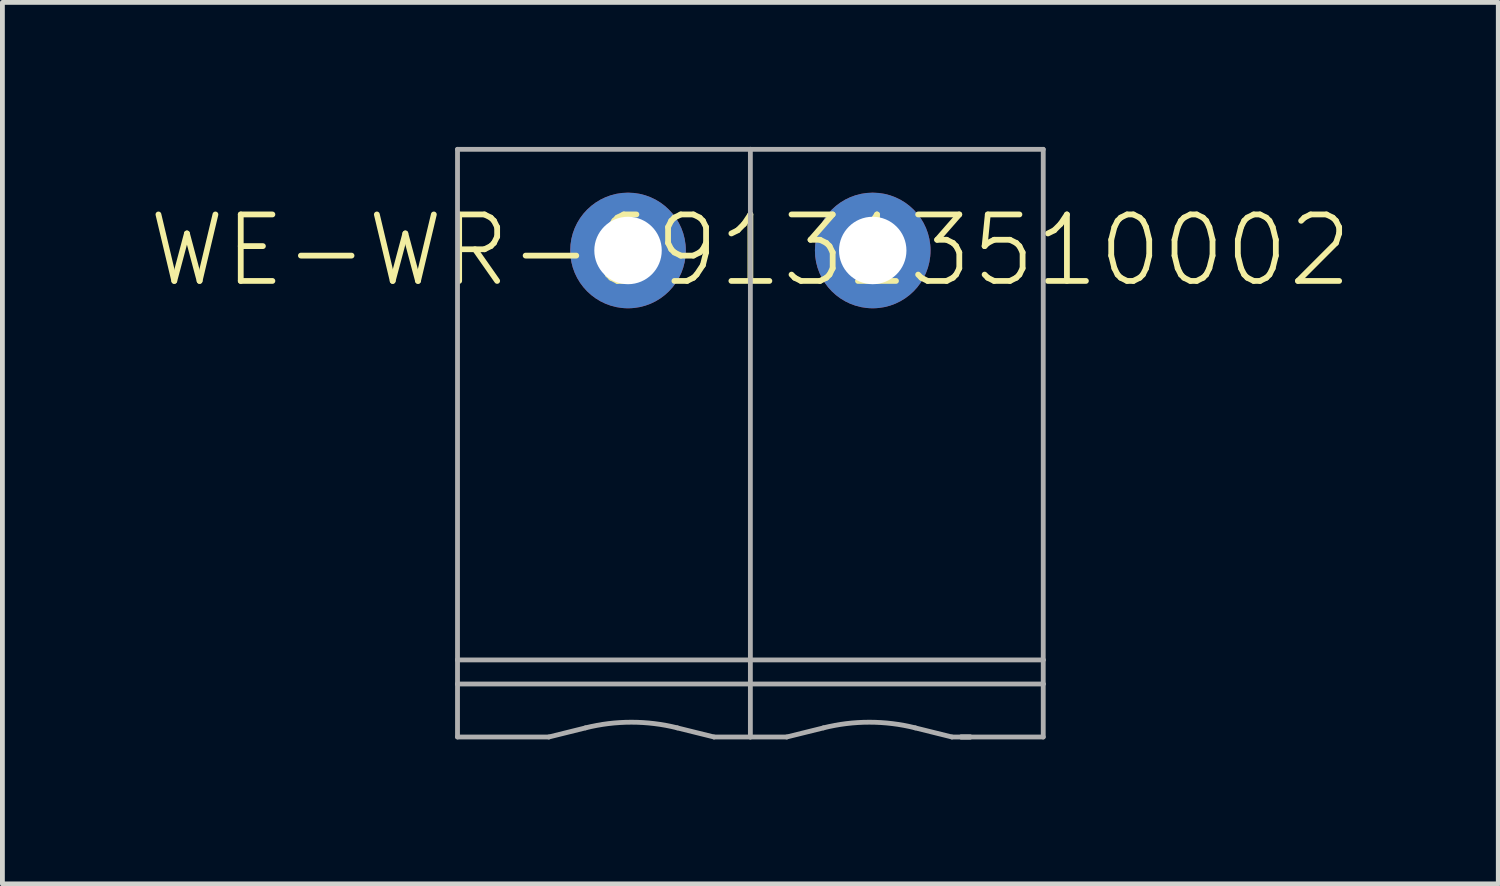
<source format=kicad_pcb>
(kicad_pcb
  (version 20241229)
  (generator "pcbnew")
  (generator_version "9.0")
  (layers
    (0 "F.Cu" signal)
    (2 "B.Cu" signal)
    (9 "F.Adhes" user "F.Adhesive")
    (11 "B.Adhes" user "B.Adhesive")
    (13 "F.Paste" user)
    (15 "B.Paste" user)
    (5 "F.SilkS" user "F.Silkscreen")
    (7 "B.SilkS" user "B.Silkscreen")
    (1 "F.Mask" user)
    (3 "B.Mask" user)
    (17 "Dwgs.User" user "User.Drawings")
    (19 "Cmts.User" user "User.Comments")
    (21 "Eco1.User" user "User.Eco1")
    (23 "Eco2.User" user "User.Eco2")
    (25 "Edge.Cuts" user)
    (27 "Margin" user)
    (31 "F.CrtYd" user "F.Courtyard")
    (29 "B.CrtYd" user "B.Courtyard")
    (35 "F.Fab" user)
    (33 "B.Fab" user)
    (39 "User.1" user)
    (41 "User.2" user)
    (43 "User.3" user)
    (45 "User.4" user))
  (footprint "WE-WR-691313510002"
    (layer "F.Cu")
    (at 12.528 2.15)
    (property "Reference" "WE-WR-691313510002" (at 0 0 0) (unlocked yes) (layer "F.SilkS") (effects (font (size 1.38 1.38) (thickness 0.12))))
    (fp_line (start -6.08 -2.1) (end -6.08 8.5) (stroke (width 0.1) (type solid)) (layer "F.Fab"))
    (fp_line (start -6.08 -2.1) (end 0 -2.1) (stroke (width 0.1) (type solid)) (layer "F.Fab"))
    (fp_line (start -6.08 8.5) (end -6.08 9) (stroke (width 0.1) (type solid)) (layer "F.Fab"))
    (fp_line (start -6.08 8.5) (end 0 8.5) (stroke (width 0.1) (type solid)) (layer "F.Fab"))
    (fp_line (start -6.08 9) (end -6.08 10.1) (stroke (width 0.1) (type solid)) (layer "F.Fab"))
    (fp_line (start -6.08 9) (end 0 9) (stroke (width 0.1) (type solid)) (layer "F.Fab"))
    (fp_line (start -6.08 10.1) (end -4.184 10.1) (stroke (width 0.1) (type solid)) (layer "F.Fab"))
    (fp_line (start -4.184 10.1) (end -3.422 9.911) (stroke (width 0.1) (type solid)) (layer "F.Fab"))
    (fp_line (start -0.755 10.1) (end -1.518 9.911) (stroke (width 0.1) (type solid)) (layer "F.Fab"))
    (fp_line (start -0.755 10.1) (end 0 10.1) (stroke (width 0.1) (type solid)) (layer "F.Fab"))
    (fp_line (start 0 -2.1) (end 6.08 -2.1) (stroke (width 0.1) (type solid)) (layer "F.Fab"))
    (fp_line (start 0 8.5) (end 0 -2.1) (stroke (width 0.1) (type solid)) (layer "F.Fab"))
    (fp_line (start 0 8.5) (end 6.08 8.5) (stroke (width 0.1) (type solid)) (layer "F.Fab"))
    (fp_line (start 0 9) (end 0 8.5) (stroke (width 0.1) (type solid)) (layer "F.Fab"))
    (fp_line (start 0 9) (end 6.08 9) (stroke (width 0.1) (type solid)) (layer "F.Fab"))
    (fp_line (start 0 10.1) (end 0 9) (stroke (width 0.1) (type solid)) (layer "F.Fab"))
    (fp_line (start 0.755 10.1) (end 0 10.1) (stroke (width 0.1) (type solid)) (layer "F.Fab"))
    (fp_line (start 0.755 10.1) (end 1.518 9.911) (stroke (width 0.1) (type solid)) (layer "F.Fab"))
    (fp_line (start 4.184 10.1) (end 3.422 9.911) (stroke (width 0.1) (type solid)) (layer "F.Fab"))
    (fp_line (start 4.184 10.1) (end 4.566 10.1) (stroke (width 0.1) (type solid)) (layer "F.Fab"))
    (fp_line (start 4.375 10.1) (end 4.566 10.1) (stroke (width 0.1) (type solid)) (layer "F.Fab"))
    (fp_line (start 4.375 10.1) (end 6.08 10.1) (stroke (width 0.1) (type solid)) (layer "F.Fab"))
    (fp_line (start 6.08 -2.1) (end 6.08 8.5) (stroke (width 0.1) (type solid)) (layer "F.Fab"))
    (fp_line (start 6.08 8.5) (end 6.08 9) (stroke (width 0.1) (type solid)) (layer "F.Fab"))
    (fp_line (start 6.08 9) (end 6.08 10.1) (stroke (width 0.1) (type solid)) (layer "F.Fab"))
    (fp_arc (start -3.4225 9.9105) (mid -2.47 9.793242) (end -1.5175 9.9105) (stroke (width 0.1) (type solid)) (layer "F.Fab"))
    (fp_arc (start 1.5175 9.9105) (mid 2.47 9.793242) (end 3.4225 9.9105) (stroke (width 0.1) (type solid)) (layer "F.Fab"))
    (pad "1" thru_hole circle (at -2.54 0 90) (size 2.4 2.4) (drill 1.4) (layers "*.Cu" "*.Mask"))
    (pad "2" thru_hole circle (at 2.54 0 90) (size 2.4 2.4) (drill 1.4) (layers "*.Cu" "*.Mask")))
  (gr_rect
    (start -3 -3)
    (end 28.055 15.3)
    (stroke (width 0.1) (type default))
    (fill no)
    (layer "Edge.Cuts")))
</source>
